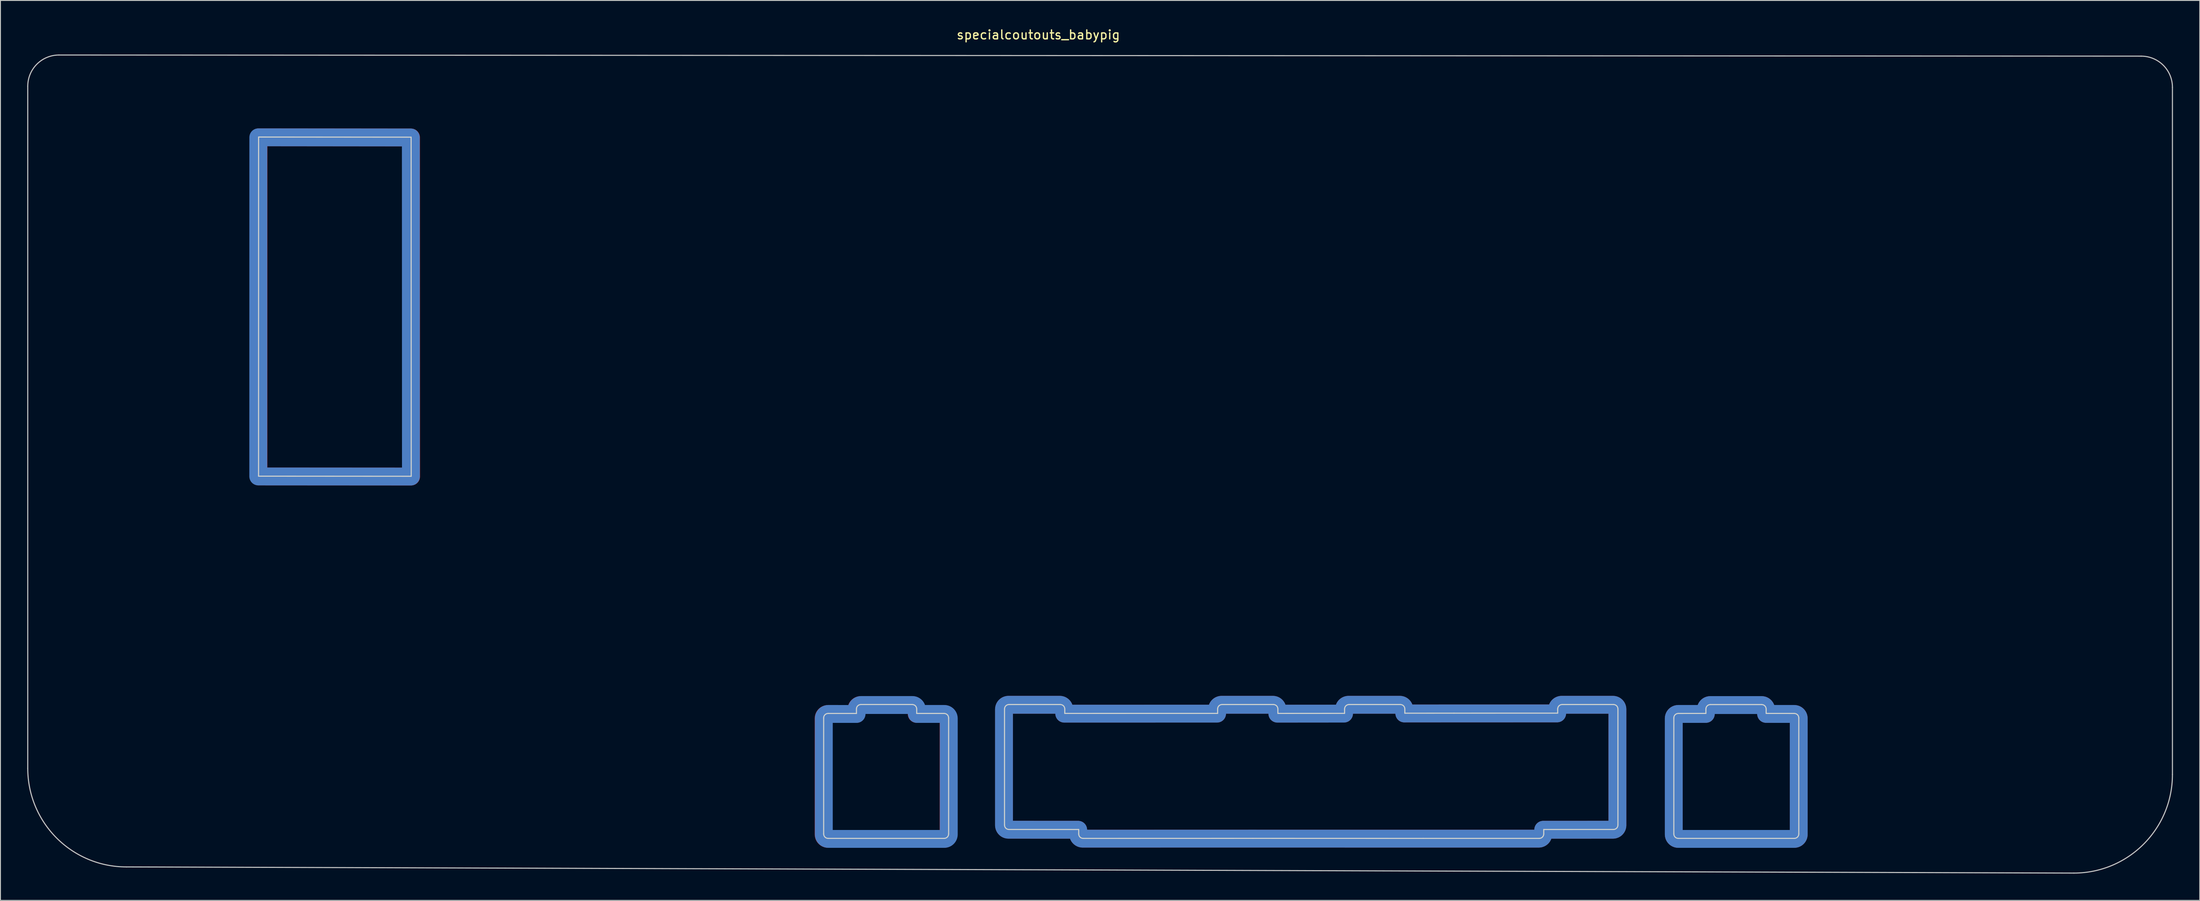
<source format=kicad_pcb>
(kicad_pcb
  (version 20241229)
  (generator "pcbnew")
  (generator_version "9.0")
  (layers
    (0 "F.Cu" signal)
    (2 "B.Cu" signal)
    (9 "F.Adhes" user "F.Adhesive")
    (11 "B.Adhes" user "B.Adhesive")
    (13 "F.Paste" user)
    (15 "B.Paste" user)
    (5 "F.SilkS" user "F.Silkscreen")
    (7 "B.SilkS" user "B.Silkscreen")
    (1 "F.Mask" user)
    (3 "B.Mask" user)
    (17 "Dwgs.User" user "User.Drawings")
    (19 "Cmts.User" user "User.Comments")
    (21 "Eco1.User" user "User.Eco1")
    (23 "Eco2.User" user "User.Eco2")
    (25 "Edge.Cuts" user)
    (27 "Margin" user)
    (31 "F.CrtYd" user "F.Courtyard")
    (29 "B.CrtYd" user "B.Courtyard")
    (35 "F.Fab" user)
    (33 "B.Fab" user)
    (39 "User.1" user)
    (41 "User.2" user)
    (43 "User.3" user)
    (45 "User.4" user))
  (footprint "specialcoutouts_babypig"
    (layer "F.Cu")
    (at 113.282 0.348)
    (property "Reference" "specialcoutouts_babypig" (at 0 0.5 0) (layer "F.SilkS") (effects (font (size 1 1) (thickness 0.15))))
    (attr through_hole)
    (fp_line (start -113.222 6.261) (end -113.222 82.685) (stroke (width 0.12) (type solid)) (layer "Dwgs.User"))
    (fp_line (start -102.173 93.734) (end 116.013 94.424) (stroke (width 0.12) (type solid)) (layer "Dwgs.User"))
    (fp_line (start 123.567 2.893) (end -109.727 2.766) (stroke (width 0.12) (type solid)) (layer "Dwgs.User"))
    (fp_line (start 127.062 83.375) (end 127.062 6.388) (stroke (width 0.12) (type solid)) (layer "Dwgs.User"))
    (fp_arc (start -113.222 6.2612) (mid -112.198326 3.789834) (end -109.72696 2.76616) (stroke (width 0.12) (type solid)) (layer "Dwgs.User"))
    (fp_arc (start -102.17296 93.7342) (mid -109.985783 90.498023) (end -113.22196 82.6852) (stroke (width 0.12) (type solid)) (layer "Dwgs.User"))
    (fp_arc (start 123.56704 2.89316) (mid 126.038406 3.916834) (end 127.06208 6.3882) (stroke (width 0.12) (type solid)) (layer "Dwgs.User"))
    (fp_arc (start 127.06204 83.3752) (mid 123.825863 91.188023) (end 116.01304 94.4242) (stroke (width 0.12) (type solid)) (layer "Dwgs.User"))
    (fp_line (start -87.365 49.954) (end -70.26 49.965) (stroke (width 0.12) (type solid)) (layer "Edge.Cuts"))
    (fp_line (start -87.36 11.956) (end -87.365 49.954) (stroke (width 0.12) (type solid)) (layer "Edge.Cuts"))
    (fp_line (start -70.271 11.971) (end -87.36 11.956) (stroke (width 0.12) (type solid)) (layer "Edge.Cuts"))
    (fp_line (start -70.26 49.965) (end -70.271 11.971) (stroke (width 0.12) (type solid)) (layer "Edge.Cuts"))
    (fp_line (start -24.051 77.038) (end -24.051 90.038) (stroke (width 0.12) (type solid)) (layer "Edge.Cuts"))
    (fp_line (start -23.551 90.538) (end -10.551 90.538) (stroke (width 0.12) (type solid)) (layer "Edge.Cuts"))
    (fp_line (start -20.378 76.54) (end -23.551 76.538) (stroke (width 0.12) (type solid)) (layer "Edge.Cuts"))
    (fp_line (start -20.378 76.54) (end -20.377 76.037) (stroke (width 0.12) (type solid)) (layer "Edge.Cuts"))
    (fp_line (start -19.877 75.537) (end -14.127 75.537) (stroke (width 0.12) (type solid)) (layer "Edge.Cuts"))
    (fp_line (start -13.627 76.037) (end -13.627 76.538) (stroke (width 0.12) (type solid)) (layer "Edge.Cuts"))
    (fp_line (start -10.551 76.538) (end -13.627 76.538) (stroke (width 0.12) (type solid)) (layer "Edge.Cuts"))
    (fp_line (start -10.051 90.038) (end -10.051 77.038) (stroke (width 0.12) (type solid)) (layer "Edge.Cuts"))
    (fp_line (start -3.789 89.038) (end -3.789 76.038) (stroke (width 0.12) (type solid)) (layer "Edge.Cuts"))
    (fp_line (start -3.289 75.538) (end 2.461 75.538) (stroke (width 0.12) (type solid)) (layer "Edge.Cuts"))
    (fp_line (start 2.961 76.038) (end 2.961 76.533) (stroke (width 0.12) (type solid)) (layer "Edge.Cuts"))
    (fp_line (start 2.961 76.533) (end 20.087 76.53) (stroke (width 0.12) (type solid)) (layer "Edge.Cuts"))
    (fp_line (start 4.524 89.54) (end -3.289 89.538) (stroke (width 0.12) (type solid)) (layer "Edge.Cuts"))
    (fp_line (start 4.524 90.038) (end 4.524 89.54) (stroke (width 0.12) (type solid)) (layer "Edge.Cuts"))
    (fp_line (start 20.087 76.53) (end 20.087 76.038) (stroke (width 0.12) (type solid)) (layer "Edge.Cuts"))
    (fp_line (start 20.587 75.538) (end 26.337 75.538) (stroke (width 0.12) (type solid)) (layer "Edge.Cuts"))
    (fp_line (start 24.042 90.533) (end 5.024 90.538) (stroke (width 0.12) (type solid)) (layer "Edge.Cuts"))
    (fp_line (start 24.042 90.533) (end 43.124 90.538) (stroke (width 0.12) (type solid)) (layer "Edge.Cuts"))
    (fp_line (start 26.837 76.038) (end 26.837 76.533) (stroke (width 0.12) (type solid)) (layer "Edge.Cuts"))
    (fp_line (start 34.311 76.528) (end 26.837 76.533) (stroke (width 0.12) (type solid)) (layer "Edge.Cuts"))
    (fp_line (start 34.311 76.528) (end 34.311 76.038) (stroke (width 0.12) (type solid)) (layer "Edge.Cuts"))
    (fp_line (start 34.811 75.538) (end 40.561 75.538) (stroke (width 0.12) (type solid)) (layer "Edge.Cuts"))
    (fp_line (start 41.061 76.038) (end 41.062 76.512) (stroke (width 0.12) (type solid)) (layer "Edge.Cuts"))
    (fp_line (start 46.557 76.508) (end 41.062 76.512) (stroke (width 0.12) (type solid)) (layer "Edge.Cuts"))
    (fp_line (start 46.557 76.508) (end 58.189 76.505) (stroke (width 0.12) (type solid)) (layer "Edge.Cuts"))
    (fp_line (start 56.124 90.538) (end 43.124 90.538) (stroke (width 0.12) (type solid)) (layer "Edge.Cuts"))
    (fp_line (start 56.624 89.54) (end 56.624 90.038) (stroke (width 0.12) (type solid)) (layer "Edge.Cuts"))
    (fp_line (start 58.189 76.505) (end 58.187 76.038) (stroke (width 0.12) (type solid)) (layer "Edge.Cuts"))
    (fp_line (start 58.687 75.538) (end 64.437 75.538) (stroke (width 0.12) (type solid)) (layer "Edge.Cuts"))
    (fp_line (start 64.437 89.538) (end 56.624 89.54) (stroke (width 0.12) (type solid)) (layer "Edge.Cuts"))
    (fp_line (start 64.937 76.038) (end 64.937 89.038) (stroke (width 0.12) (type solid)) (layer "Edge.Cuts"))
    (fp_line (start 71.199 77.038) (end 71.199 90.038) (stroke (width 0.12) (type solid)) (layer "Edge.Cuts"))
    (fp_line (start 71.699 90.538) (end 84.699 90.538) (stroke (width 0.12) (type solid)) (layer "Edge.Cuts"))
    (fp_line (start 74.792 76.535) (end 71.699 76.538) (stroke (width 0.12) (type solid)) (layer "Edge.Cuts"))
    (fp_line (start 74.792 76.535) (end 74.792 76.043) (stroke (width 0.12) (type solid)) (layer "Edge.Cuts"))
    (fp_line (start 75.292 75.543) (end 81.042 75.543) (stroke (width 0.12) (type solid)) (layer "Edge.Cuts"))
    (fp_line (start 81.542 76.043) (end 81.542 76.535) (stroke (width 0.12) (type solid)) (layer "Edge.Cuts"))
    (fp_line (start 84.699 76.538) (end 81.542 76.535) (stroke (width 0.12) (type solid)) (layer "Edge.Cuts"))
    (fp_line (start 85.199 90.038) (end 85.199 77.038) (stroke (width 0.12) (type solid)) (layer "Edge.Cuts"))
    (fp_arc (start -24.05096 77.0382) (mid -23.904513 76.684647) (end -23.55096 76.5382) (stroke (width 0.12) (type solid)) (layer "Edge.Cuts"))
    (fp_arc (start -23.55096 90.538199) (mid -23.904513 90.391752) (end -24.05096 90.038199) (stroke (width 0.12) (type solid)) (layer "Edge.Cuts"))
    (fp_arc (start -20.37696 76.0372) (mid -20.230513 75.683647) (end -19.87696 75.5372) (stroke (width 0.12) (type solid)) (layer "Edge.Cuts"))
    (fp_arc (start -14.12696 75.5372) (mid -13.773407 75.683647) (end -13.62696 76.0372) (stroke (width 0.12) (type solid)) (layer "Edge.Cuts"))
    (fp_arc (start -10.55096 76.5382) (mid -10.197407 76.684647) (end -10.05096 77.0382) (stroke (width 0.12) (type solid)) (layer "Edge.Cuts"))
    (fp_arc (start -10.05096 90.038199) (mid -10.197407 90.391752) (end -10.55096 90.538199) (stroke (width 0.12) (type solid)) (layer "Edge.Cuts"))
    (fp_arc (start -3.78896 76.0382) (mid -3.642513 75.684647) (end -3.28896 75.5382) (stroke (width 0.12) (type solid)) (layer "Edge.Cuts"))
    (fp_arc (start -3.28896 89.538199) (mid -3.642513 89.391752) (end -3.78896 89.038199) (stroke (width 0.12) (type solid)) (layer "Edge.Cuts"))
    (fp_arc (start 2.46104 75.5382) (mid 2.814593 75.684647) (end 2.96104 76.0382) (stroke (width 0.12) (type solid)) (layer "Edge.Cuts"))
    (fp_arc (start 5.02404 90.538199) (mid 4.670487 90.391752) (end 4.52404 90.038199) (stroke (width 0.12) (type solid)) (layer "Edge.Cuts"))
    (fp_arc (start 20.08704 76.0382) (mid 20.233487 75.684647) (end 20.58704 75.5382) (stroke (width 0.12) (type solid)) (layer "Edge.Cuts"))
    (fp_arc (start 26.33704 75.5382) (mid 26.690593 75.684647) (end 26.83704 76.0382) (stroke (width 0.12) (type solid)) (layer "Edge.Cuts"))
    (fp_arc (start 34.31104 76.0382) (mid 34.457487 75.684647) (end 34.81104 75.5382) (stroke (width 0.12) (type solid)) (layer "Edge.Cuts"))
    (fp_arc (start 40.56104 75.5382) (mid 40.914593 75.684647) (end 41.06104 76.0382) (stroke (width 0.12) (type solid)) (layer "Edge.Cuts"))
    (fp_arc (start 56.62404 90.038199) (mid 56.477593 90.391752) (end 56.12404 90.538199) (stroke (width 0.12) (type solid)) (layer "Edge.Cuts"))
    (fp_arc (start 58.18704 76.0382) (mid 58.333487 75.684647) (end 58.68704 75.5382) (stroke (width 0.12) (type solid)) (layer "Edge.Cuts"))
    (fp_arc (start 64.43704 75.5382) (mid 64.790593 75.684647) (end 64.93704 76.0382) (stroke (width 0.12) (type solid)) (layer "Edge.Cuts"))
    (fp_arc (start 64.93704 89.038199) (mid 64.790593 89.391752) (end 64.43704 89.538199) (stroke (width 0.12) (type solid)) (layer "Edge.Cuts"))
    (fp_arc (start 71.19904 77.0382) (mid 71.345487 76.684647) (end 71.69904 76.5382) (stroke (width 0.12) (type solid)) (layer "Edge.Cuts"))
    (fp_arc (start 71.69904 90.538199) (mid 71.345487 90.391752) (end 71.19904 90.038199) (stroke (width 0.12) (type solid)) (layer "Edge.Cuts"))
    (fp_arc (start 74.79204 76.0432) (mid 74.938487 75.689647) (end 75.29204 75.5432) (stroke (width 0.12) (type solid)) (layer "Edge.Cuts"))
    (fp_arc (start 81.04204 75.5432) (mid 81.395593 75.689647) (end 81.54204 76.0432) (stroke (width 0.12) (type solid)) (layer "Edge.Cuts"))
    (fp_arc (start 84.69904 76.5382) (mid 85.052593 76.684647) (end 85.19904 77.0382) (stroke (width 0.12) (type solid)) (layer "Edge.Cuts"))
    (fp_arc (start 85.19904 90.038199) (mid 85.052593 90.391752) (end 84.69904 90.538199) (stroke (width 0.12) (type solid)) (layer "Edge.Cuts"))
    (pad "1" smd custom (at -76.962 11.913) (size 1.524 1.524) (layers "B.Cu" "B.Mask") (options (anchor circle)) (primitives (gr_line (start 6.669 38.082) (end 6.658 0.089) (width 2)) (gr_line (start -10.431 0.073) (end -10.436 38.072) (width 2)) (gr_line (start -10.436 38.072) (end 6.669 38.082) (width 2)) (gr_line (start 6.658 0.089) (end -10.431 0.073) (width 2))))
    (pad "1" smd custom (at -76.937 11.913) (size 1.524 1.524) (layers "F.Cu" "F.Mask") (options (anchor circle)) (primitives (gr_line (start 6.669 38.082) (end 6.658 0.089) (width 2)) (gr_line (start -10.431 0.073) (end -10.436 38.072) (width 2)) (gr_line (start -10.436 38.072) (end 6.669 38.082) (width 2)) (gr_line (start 6.658 0.089) (end -10.431 0.073) (width 2))))
    (pad "22" smd custom (at -23.825 76.835) (size 1.524 1.524) (layers "F.Cu" "F.Mask") (options (anchor circle)) (primitives (gr_line (start 10.191 -0.742) (end 10.191 -0.241) (width 2)) (gr_line (start 3.941 -1.242) (end 9.691 -1.242) (width 2)) (gr_line (start -0.233 0.259) (end -0.233 13.259) (width 2)) (gr_line (start 3.439 -0.239) (end 3.441 -0.742) (width 2)) (gr_line (start 3.439 -0.239) (end 0.267 -0.241) (width 2)) (gr_line (start 13.767 13.259) (end 13.767 0.259) (width 2)) (gr_line (start 0.267 13.759) (end 13.267 13.759) (width 2)) (gr_arc (start 0.2668 13.7588) (mid -0.086753 13.612353) (end -0.2332 13.2588) (width 2)) (gr_arc (start 13.2668 -0.2412) (mid 13.620353 -0.094753) (end 13.7668 0.2588) (width 2)) (gr_arc (start -0.2332 0.2588) (mid -0.086753 -0.094753) (end 0.2668 -0.2412) (width 2)) (gr_arc (start 13.7668 13.2588) (mid 13.620353 13.612353) (end 13.2668 13.7588) (width 2)) (gr_arc (start 3.4408 -0.7422) (mid 3.587247 -1.095753) (end 3.9408 -1.2422) (width 2)) (gr_arc (start 9.6908 -1.2422) (mid 10.044353 -1.095753) (end 10.1908 -0.7422) (width 2)) (gr_line (start 13.267 -0.241) (end 10.191 -0.241) (width 2))))
    (pad "22" smd custom (at -23.8 76.835) (size 1.524 1.524) (layers "B.Cu" "B.Mask") (options (anchor circle)) (primitives (gr_line (start 10.191 -0.742) (end 10.191 -0.241) (width 2)) (gr_line (start 3.941 -1.242) (end 9.691 -1.242) (width 2)) (gr_line (start -0.233 0.259) (end -0.233 13.259) (width 2)) (gr_line (start 3.439 -0.239) (end 3.441 -0.742) (width 2)) (gr_line (start 3.439 -0.239) (end 0.267 -0.241) (width 2)) (gr_line (start 13.767 13.259) (end 13.767 0.259) (width 2)) (gr_line (start 0.267 13.759) (end 13.267 13.759) (width 2)) (gr_arc (start 0.2668 13.7588) (mid -0.086753 13.612353) (end -0.2332 13.2588) (width 2)) (gr_arc (start 13.2668 -0.2412) (mid 13.620353 -0.094753) (end 13.7668 0.2588) (width 2)) (gr_arc (start -0.2332 0.2588) (mid -0.086753 -0.094753) (end 0.2668 -0.2412) (width 2)) (gr_arc (start 13.7668 13.2588) (mid 13.620353 13.612353) (end 13.2668 13.7588) (width 2)) (gr_arc (start 3.4408 -0.7422) (mid 3.587247 -1.095753) (end 3.9408 -1.2422) (width 2)) (gr_arc (start 9.6908 -1.2422) (mid 10.044353 -1.095753) (end 10.1908 -0.7422) (width 2)) (gr_line (start 13.267 -0.241) (end 10.191 -0.241) (width 2))))
    (pad "23" smd custom (at -3.658 75.692) (size 1.524 1.524) (layers "F.Cu" "F.Mask") (options (anchor circle)) (primitives (gr_line (start 37.91 0.865) (end 37.91 0.376) (width 2)) (gr_line (start 50.156 0.846) (end 44.66 0.85) (width 2)) (gr_line (start 0.31 -0.124) (end 6.06 -0.124) (width 2)) (gr_line (start 6.56 0.376) (end 6.56 0.871) (width 2)) (gr_line (start 50.156 0.846) (end 61.788 0.843) (width 2)) (gr_line (start 68.036 13.876) (end 60.223 13.878) (width 2)) (gr_line (start 8.123 13.878) (end 0.31 13.876) (width 2)) (gr_line (start 38.41 -0.124) (end 44.16 -0.124) (width 2)) (gr_line (start -0.19 13.376) (end -0.19 0.376) (width 2)) (gr_line (start 30.436 0.376) (end 30.436 0.871) (width 2)) (gr_arc (start 29.9364 -0.1236) (mid 30.289953 0.022847) (end 30.4364 0.3764) (width 2)) (gr_arc (start 6.0604 -0.1236) (mid 6.413953 0.022847) (end 6.5604 0.3764) (width 2)) (gr_arc (start 0.3104 13.8764) (mid -0.043153 13.729953) (end -0.1896 13.3764) (width 2)) (gr_arc (start 44.1604 -0.1236) (mid 44.513953 0.022847) (end 44.6604 0.3764) (width 2)) (gr_arc (start 8.6234 14.8764) (mid 8.269847 14.729953) (end 8.1234 14.3764) (width 2)) (gr_arc (start 61.7864 0.3764) (mid 61.932847 0.022847) (end 62.2864 -0.1236) (width 2)) (gr_arc (start 23.6864 0.3764) (mid 23.832847 0.022847) (end 24.1864 -0.1236) (width 2)) (gr_arc (start 68.0364 -0.1236) (mid 68.389953 0.022847) (end 68.5364 0.3764) (width 2)) (gr_arc (start 68.5364 13.3764) (mid 68.389953 13.729953) (end 68.0364 13.8764) (width 2)) (gr_arc (start 37.9104 0.3764) (mid 38.056847 0.022847) (end 38.4104 -0.1236) (width 2)) (gr_arc (start 60.2234 14.3764) (mid 60.076953 14.729953) (end 59.7234 14.8764) (width 2)) (gr_arc (start -0.1896 0.3764) (mid -0.043153 0.022847) (end 0.3104 -0.1236) (width 2)) (gr_line (start 59.723 14.876) (end 46.723 14.876) (width 2)) (gr_line (start 60.223 13.878) (end 60.223 14.376) (width 2)) (gr_line (start 44.66 0.376) (end 44.66 0.85) (width 2)) (gr_line (start 37.91 0.865) (end 30.436 0.871) (width 2)) (gr_line (start 68.536 0.376) (end 68.536 13.376) (width 2)) (gr_line (start 61.788 0.843) (end 61.786 0.376) (width 2)) (gr_line (start 8.123 14.376) (end 8.123 13.878) (width 2)) (gr_line (start 23.686 0.868) (end 23.686 0.376) (width 2)) (gr_line (start 27.641 14.871) (end 46.723 14.876) (width 2)) (gr_line (start 62.286 -0.124) (end 68.036 -0.124) (width 2)) (gr_line (start 24.186 -0.124) (end 29.936 -0.124) (width 2)) (gr_line (start 27.641 14.871) (end 8.623 14.876) (width 2)) (gr_line (start 6.56 0.871) (end 23.686 0.868) (width 2))))
    (pad "23" smd custom (at -3.658 75.692) (size 1.524 1.524) (layers "B.Cu" "B.Mask") (options (anchor circle)) (primitives (gr_line (start 37.91 0.865) (end 37.91 0.376) (width 2)) (gr_line (start 50.156 0.846) (end 44.66 0.85) (width 2)) (gr_line (start 0.31 -0.124) (end 6.06 -0.124) (width 2)) (gr_line (start 6.56 0.376) (end 6.56 0.871) (width 2)) (gr_line (start 50.156 0.846) (end 61.788 0.843) (width 2)) (gr_line (start 68.036 13.876) (end 60.223 13.878) (width 2)) (gr_line (start 8.123 13.878) (end 0.31 13.876) (width 2)) (gr_line (start 38.41 -0.124) (end 44.16 -0.124) (width 2)) (gr_line (start -0.19 13.376) (end -0.19 0.376) (width 2)) (gr_line (start 30.436 0.376) (end 30.436 0.871) (width 2)) (gr_arc (start 29.9364 -0.1236) (mid 30.289953 0.022847) (end 30.4364 0.3764) (width 2)) (gr_arc (start 6.0604 -0.1236) (mid 6.413953 0.022847) (end 6.5604 0.3764) (width 2)) (gr_arc (start 0.3104 13.8764) (mid -0.043153 13.729953) (end -0.1896 13.3764) (width 2)) (gr_arc (start 44.1604 -0.1236) (mid 44.513953 0.022847) (end 44.6604 0.3764) (width 2)) (gr_arc (start 8.6234 14.8764) (mid 8.269847 14.729953) (end 8.1234 14.3764) (width 2)) (gr_arc (start 61.7864 0.3764) (mid 61.932847 0.022847) (end 62.2864 -0.1236) (width 2)) (gr_arc (start 23.6864 0.3764) (mid 23.832847 0.022847) (end 24.1864 -0.1236) (width 2)) (gr_arc (start 68.0364 -0.1236) (mid 68.389953 0.022847) (end 68.5364 0.3764) (width 2)) (gr_arc (start 68.5364 13.3764) (mid 68.389953 13.729953) (end 68.0364 13.8764) (width 2)) (gr_arc (start 37.9104 0.3764) (mid 38.056847 0.022847) (end 38.4104 -0.1236) (width 2)) (gr_arc (start 60.2234 14.3764) (mid 60.076953 14.729953) (end 59.7234 14.8764) (width 2)) (gr_arc (start -0.1896 0.3764) (mid -0.043153 0.022847) (end 0.3104 -0.1236) (width 2)) (gr_line (start 59.723 14.876) (end 46.723 14.876) (width 2)) (gr_line (start 60.223 13.878) (end 60.223 14.376) (width 2)) (gr_line (start 44.66 0.376) (end 44.66 0.85) (width 2)) (gr_line (start 37.91 0.865) (end 30.436 0.871) (width 2)) (gr_line (start 68.536 0.376) (end 68.536 13.376) (width 2)) (gr_line (start 61.788 0.843) (end 61.786 0.376) (width 2)) (gr_line (start 8.123 14.376) (end 8.123 13.878) (width 2)) (gr_line (start 23.686 0.868) (end 23.686 0.376) (width 2)) (gr_line (start 27.641 14.871) (end 46.723 14.876) (width 2)) (gr_line (start 62.286 -0.124) (end 68.036 -0.124) (width 2)) (gr_line (start 24.186 -0.124) (end 29.936 -0.124) (width 2)) (gr_line (start 27.641 14.871) (end 8.623 14.876) (width 2)) (gr_line (start 6.56 0.871) (end 23.686 0.868) (width 2))))
    (pad "43" smd custom (at 84.887 76.81) (size 1.524 1.524) (layers "F.Cu" "F.Mask") (options (anchor circle)) (primitives (gr_line (start -3.352 -0.711) (end -3.352 -0.219) (width 2)) (gr_line (start -9.602 -1.211) (end -3.852 -1.211) (width 2)) (gr_line (start -10.102 -0.219) (end -10.102 -0.711) (width 2)) (gr_line (start -10.102 -0.219) (end -13.195 -0.216) (width 2)) (gr_arc (start -13.1952 13.7842) (mid -13.548753 13.637753) (end -13.6952 13.2842) (width 2)) (gr_line (start -13.695 0.284) (end -13.695 13.284) (width 2)) (gr_line (start -13.195 13.784) (end -0.195 13.784) (width 2)) (gr_line (start 0.305 13.284) (end 0.305 0.284) (width 2)) (gr_arc (start -13.6952 0.2842) (mid -13.548753 -0.069353) (end -13.1952 -0.2158) (width 2)) (gr_arc (start 0.3048 13.2842) (mid 0.158353 13.637753) (end -0.1952 13.7842) (width 2)) (gr_line (start -0.195 -0.216) (end -3.352 -0.219) (width 2)) (gr_arc (start -0.1952 -0.2158) (mid 0.158353 -0.069353) (end 0.3048 0.2842) (width 2)) (gr_arc (start -3.8522 -1.2108) (mid -3.498647 -1.064353) (end -3.3522 -0.7108) (width 2)) (gr_arc (start -10.1022 -0.7108) (mid -9.955753 -1.064353) (end -9.6022 -1.2108) (width 2))))
    (pad "43" smd custom (at 84.887 76.81) (size 1.524 1.524) (layers "B.Cu" "B.Mask") (options (anchor circle)) (primitives (gr_line (start -3.352 -0.711) (end -3.352 -0.219) (width 2)) (gr_line (start -9.602 -1.211) (end -3.852 -1.211) (width 2)) (gr_line (start -10.102 -0.219) (end -10.102 -0.711) (width 2)) (gr_line (start -10.102 -0.219) (end -13.195 -0.216) (width 2)) (gr_arc (start -13.1952 13.7842) (mid -13.548753 13.637753) (end -13.6952 13.2842) (width 2)) (gr_line (start -13.695 0.284) (end -13.695 13.284) (width 2)) (gr_line (start -13.195 13.784) (end -0.195 13.784) (width 2)) (gr_line (start 0.305 13.284) (end 0.305 0.284) (width 2)) (gr_arc (start -13.6952 0.2842) (mid -13.548753 -0.069353) (end -13.1952 -0.2158) (width 2)) (gr_arc (start 0.3048 13.2842) (mid 0.158353 13.637753) (end -0.1952 13.7842) (width 2)) (gr_line (start -0.195 -0.216) (end -3.352 -0.219) (width 2)) (gr_arc (start -0.1952 -0.2158) (mid 0.158353 -0.069353) (end 0.3048 0.2842) (width 2)) (gr_arc (start -3.8522 -1.2108) (mid -3.498647 -1.064353) (end -3.3522 -0.7108) (width 2)) (gr_arc (start -10.1022 -0.7108) (mid -9.955753 -1.064353) (end -9.6022 -1.2108) (width 2)))))
  (gr_rect
    (start -3 -3)
    (end 243.404 97.832)
    (stroke (width 0.1) (type default))
    (fill no)
    (layer "Edge.Cuts")))
</source>
